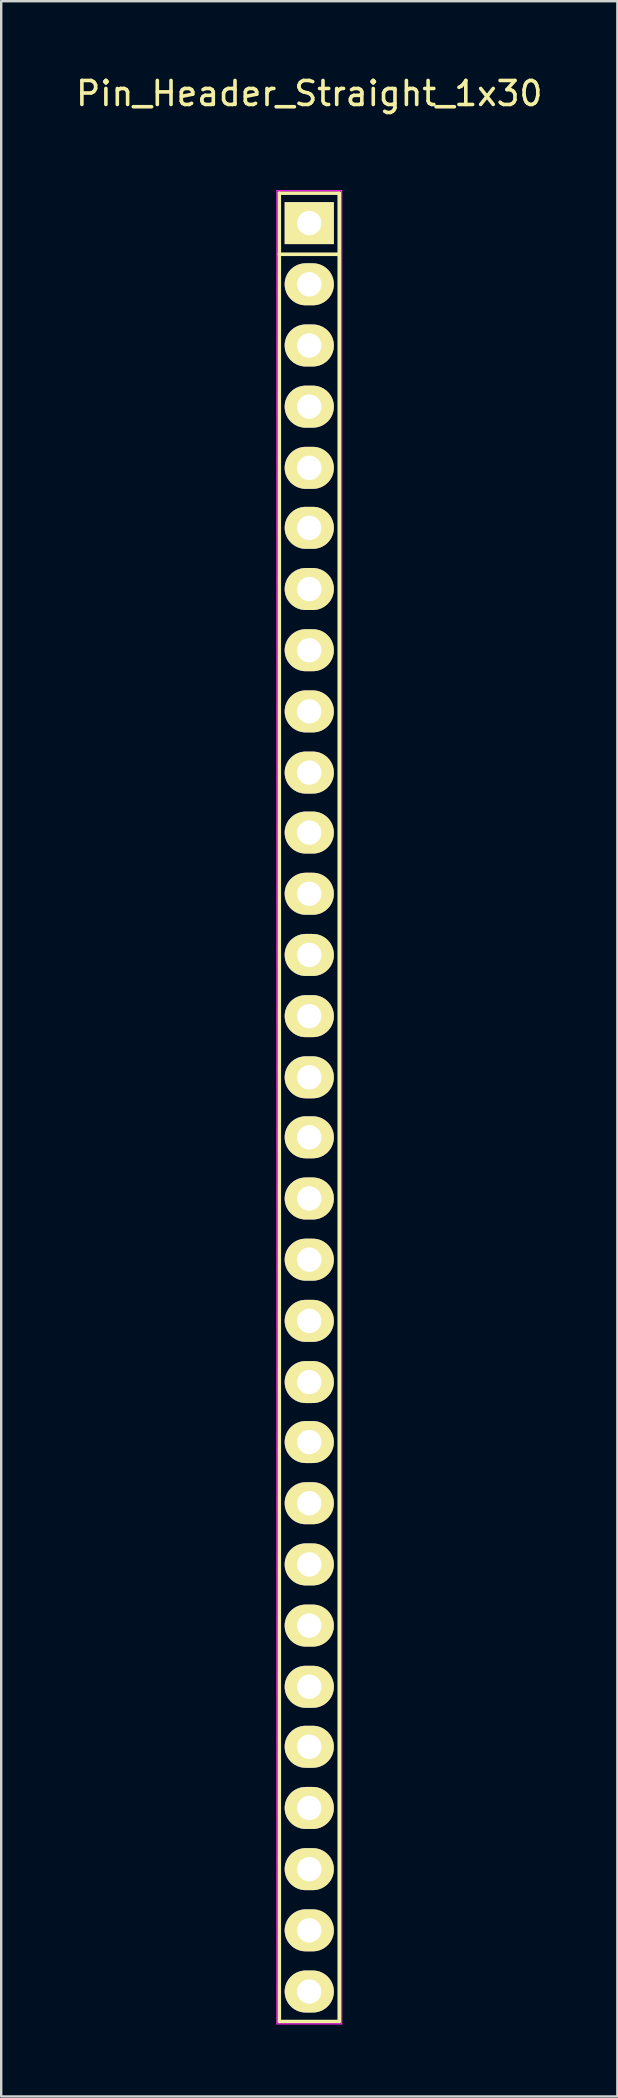
<source format=kicad_pcb>
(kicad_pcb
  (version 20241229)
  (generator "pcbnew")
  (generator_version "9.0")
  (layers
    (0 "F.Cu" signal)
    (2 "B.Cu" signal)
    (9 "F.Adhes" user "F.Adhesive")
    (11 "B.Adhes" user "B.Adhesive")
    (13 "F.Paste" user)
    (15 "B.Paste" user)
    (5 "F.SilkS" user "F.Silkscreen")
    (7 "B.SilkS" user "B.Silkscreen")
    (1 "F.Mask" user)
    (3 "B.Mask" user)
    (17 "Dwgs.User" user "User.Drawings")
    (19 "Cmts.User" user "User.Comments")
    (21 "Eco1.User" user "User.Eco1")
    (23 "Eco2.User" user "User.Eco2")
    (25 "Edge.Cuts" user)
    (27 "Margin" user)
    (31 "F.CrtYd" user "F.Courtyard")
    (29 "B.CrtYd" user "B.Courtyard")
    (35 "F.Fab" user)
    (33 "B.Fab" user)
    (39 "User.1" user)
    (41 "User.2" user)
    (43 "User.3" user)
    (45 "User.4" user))
  (footprint "Pin_Header_Straight_1x30"
    (layer "F.Cu")
    (at 9.839 6.248)
    (property "Reference" "Pin_Header_Straight_1x30" (at 0 -5.4 0) (layer "F.SilkS") (effects (font (size 1 1) (thickness 0.15))))
    (attr through_hole)
    (fp_line (start -1.25 -1.25) (end -1.25 1.3) (stroke (width 0.15) (type solid)) (layer "F.SilkS"))
    (fp_line (start -1.25 1.3) (end -1.25 74.95) (stroke (width 0.15) (type solid)) (layer "F.SilkS"))
    (fp_line (start -1.25 74.95) (end 1.25 74.95) (stroke (width 0.15) (type solid)) (layer "F.SilkS"))
    (fp_line (start 1.25 -1.25) (end -1.25 -1.25) (stroke (width 0.15) (type solid)) (layer "F.SilkS"))
    (fp_line (start 1.25 -1.25) (end 1.25 1.3) (stroke (width 0.15) (type solid)) (layer "F.SilkS"))
    (fp_line (start 1.25 1.3) (end -1.25 1.3) (stroke (width 0.15) (type solid)) (layer "F.SilkS"))
    (fp_line (start 1.25 74.95) (end 1.25 1.3) (stroke (width 0.15) (type solid)) (layer "F.SilkS"))
    (fp_line (start -1.35 -1.35) (end -1.35 75.05) (stroke (width 0.05) (type solid)) (layer "F.CrtYd"))
    (fp_line (start -1.35 -1.35) (end 1.35 -1.35) (stroke (width 0.05) (type solid)) (layer "F.CrtYd"))
    (fp_line (start -1.35 75.05) (end 1.35 75.05) (stroke (width 0.05) (type solid)) (layer "F.CrtYd"))
    (fp_line (start 1.35 -1.35) (end 1.35 75.05) (stroke (width 0.05) (type solid)) (layer "F.CrtYd"))
    (pad "1" thru_hole rect (at 0 0) (size 2.05 1.75) (drill 1.016) (layers "*.Cu" "*.Mask" "F.SilkS"))
    (pad "2" thru_hole oval (at 0 2.55) (size 2.05 1.75) (drill 1.016) (layers "*.Cu" "*.Mask" "F.SilkS"))
    (pad "3" thru_hole oval (at 0 5.1) (size 2.05 1.75) (drill 1.016) (layers "*.Cu" "*.Mask" "F.SilkS"))
    (pad "4" thru_hole oval (at 0 7.65) (size 2.05 1.75) (drill 1.016) (layers "*.Cu" "*.Mask" "F.SilkS"))
    (pad "5" thru_hole oval (at 0 10.2) (size 2.05 1.75) (drill 1.016) (layers "*.Cu" "*.Mask" "F.SilkS"))
    (pad "6" thru_hole oval (at 0 12.7) (size 2.05 1.75) (drill 1.016) (layers "*.Cu" "*.Mask" "F.SilkS"))
    (pad "7" thru_hole oval (at 0 15.25) (size 2.05 1.75) (drill 1.016) (layers "*.Cu" "*.Mask" "F.SilkS"))
    (pad "8" thru_hole oval (at 0 17.8) (size 2.05 1.75) (drill 1.016) (layers "*.Cu" "*.Mask" "F.SilkS"))
    (pad "9" thru_hole oval (at 0 20.35) (size 2.05 1.75) (drill 1.016) (layers "*.Cu" "*.Mask" "F.SilkS"))
    (pad "10" thru_hole oval (at 0 22.9) (size 2.05 1.75) (drill 1.016) (layers "*.Cu" "*.Mask" "F.SilkS"))
    (pad "11" thru_hole oval (at 0 25.4) (size 2.05 1.75) (drill 1.016) (layers "*.Cu" "*.Mask" "F.SilkS"))
    (pad "12" thru_hole oval (at 0 27.95) (size 2.05 1.75) (drill 1.016) (layers "*.Cu" "*.Mask" "F.SilkS"))
    (pad "13" thru_hole oval (at 0 30.5) (size 2.05 1.75) (drill 1.016) (layers "*.Cu" "*.Mask" "F.SilkS"))
    (pad "14" thru_hole oval (at 0 33.05) (size 2.05 1.75) (drill 1.016) (layers "*.Cu" "*.Mask" "F.SilkS"))
    (pad "15" thru_hole oval (at 0 35.6) (size 2.05 1.75) (drill 1.016) (layers "*.Cu" "*.Mask" "F.SilkS"))
    (pad "16" thru_hole oval (at 0 38.1) (size 2.05 1.75) (drill 1.016) (layers "*.Cu" "*.Mask" "F.SilkS"))
    (pad "17" thru_hole oval (at 0 40.65) (size 2.05 1.75) (drill 1.016) (layers "*.Cu" "*.Mask" "F.SilkS"))
    (pad "18" thru_hole oval (at 0 43.2) (size 2.05 1.75) (drill 1.016) (layers "*.Cu" "*.Mask" "F.SilkS"))
    (pad "19" thru_hole oval (at 0 45.75) (size 2.05 1.75) (drill 1.016) (layers "*.Cu" "*.Mask" "F.SilkS"))
    (pad "20" thru_hole oval (at 0 48.3) (size 2.05 1.75) (drill 1.016) (layers "*.Cu" "*.Mask" "F.SilkS"))
    (pad "21" thru_hole oval (at 0 50.8) (size 2.05 1.75) (drill 1.016) (layers "*.Cu" "*.Mask" "F.SilkS"))
    (pad "22" thru_hole oval (at 0 53.35) (size 2.05 1.75) (drill 1.016) (layers "*.Cu" "*.Mask" "F.SilkS"))
    (pad "23" thru_hole oval (at 0 55.9) (size 2.05 1.75) (drill 1.016) (layers "*.Cu" "*.Mask" "F.SilkS"))
    (pad "24" thru_hole oval (at 0 58.45) (size 2.05 1.75) (drill 1.016) (layers "*.Cu" "*.Mask" "F.SilkS"))
    (pad "25" thru_hole oval (at 0 61) (size 2.05 1.75) (drill 1.016) (layers "*.Cu" "*.Mask" "F.SilkS"))
    (pad "26" thru_hole oval (at 0 63.5) (size 2.05 1.75) (drill 1.016) (layers "*.Cu" "*.Mask" "F.SilkS"))
    (pad "27" thru_hole oval (at 0 66.05) (size 2.05 1.75) (drill 1.016) (layers "*.Cu" "*.Mask" "F.SilkS"))
    (pad "28" thru_hole oval (at 0 68.6) (size 2.05 1.75) (drill 1.016) (layers "*.Cu" "*.Mask" "F.SilkS"))
    (pad "29" thru_hole oval (at 0 71.15) (size 2.05 1.75) (drill 1.016) (layers "*.Cu" "*.Mask" "F.SilkS"))
    (pad "30" thru_hole oval (at 0 73.7) (size 2.05 1.75) (drill 1.016) (layers "*.Cu" "*.Mask" "F.SilkS")))
  (gr_rect
    (start -3 -3)
    (end 22.679 84.323)
    (stroke (width 0.1) (type default))
    (fill no)
    (layer "Edge.Cuts")))
</source>
